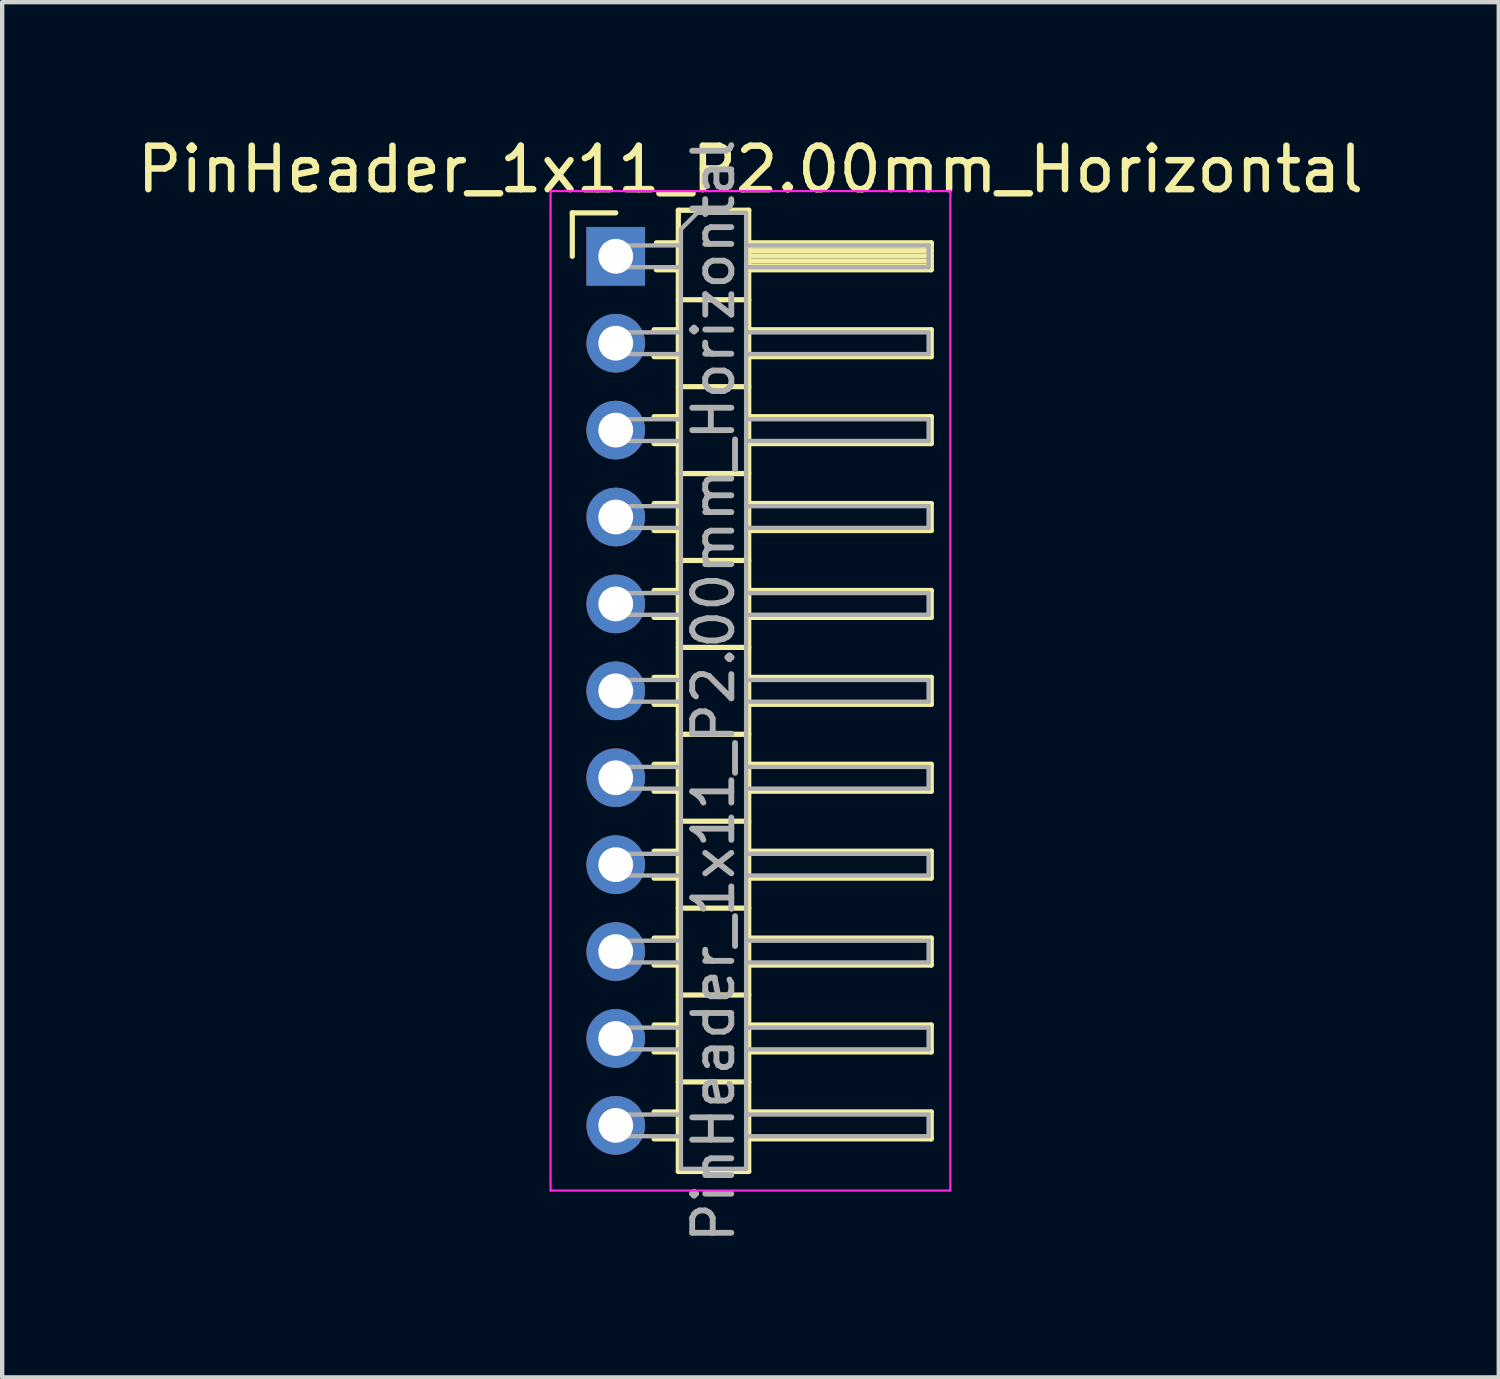
<source format=kicad_pcb>
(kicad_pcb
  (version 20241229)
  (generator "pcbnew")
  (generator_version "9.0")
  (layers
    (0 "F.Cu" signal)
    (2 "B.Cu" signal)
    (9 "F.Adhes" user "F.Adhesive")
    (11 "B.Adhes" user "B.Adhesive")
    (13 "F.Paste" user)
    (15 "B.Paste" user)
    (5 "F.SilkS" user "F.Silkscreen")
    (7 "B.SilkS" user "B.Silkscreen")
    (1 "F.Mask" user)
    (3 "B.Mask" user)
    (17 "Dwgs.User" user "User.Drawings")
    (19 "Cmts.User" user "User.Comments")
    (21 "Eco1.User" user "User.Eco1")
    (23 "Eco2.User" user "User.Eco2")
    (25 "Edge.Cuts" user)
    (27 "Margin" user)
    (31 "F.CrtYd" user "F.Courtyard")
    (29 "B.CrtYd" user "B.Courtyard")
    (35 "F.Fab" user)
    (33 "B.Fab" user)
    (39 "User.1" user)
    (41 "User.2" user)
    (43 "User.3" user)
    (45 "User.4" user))
  (footprint "PinHeader_1x11_P2.00mm_Horizontal"
    (layer "F.Cu")
    (at 11.12 2.848)
    (property "Reference" "PinHeader_1x11_P2.00mm_Horizontal" (at 3.1 -2 0) (layer "F.SilkS") (effects (font (size 1 1) (thickness 0.15))))
    (attr through_hole)
    (fp_line (start -1 -1) (end 0 -1) (stroke (width 0.12) (type solid)) (layer "F.SilkS"))
    (fp_line (start -1 0) (end -1 -1) (stroke (width 0.12) (type solid)) (layer "F.SilkS"))
    (fp_line (start 0.882 1.69) (end 1.44 1.69) (stroke (width 0.12) (type solid)) (layer "F.SilkS"))
    (fp_line (start 0.882 2.31) (end 1.44 2.31) (stroke (width 0.12) (type solid)) (layer "F.SilkS"))
    (fp_line (start 0.882 3.69) (end 1.44 3.69) (stroke (width 0.12) (type solid)) (layer "F.SilkS"))
    (fp_line (start 0.882 4.31) (end 1.44 4.31) (stroke (width 0.12) (type solid)) (layer "F.SilkS"))
    (fp_line (start 0.882 5.69) (end 1.44 5.69) (stroke (width 0.12) (type solid)) (layer "F.SilkS"))
    (fp_line (start 0.882 6.31) (end 1.44 6.31) (stroke (width 0.12) (type solid)) (layer "F.SilkS"))
    (fp_line (start 0.882 7.69) (end 1.44 7.69) (stroke (width 0.12) (type solid)) (layer "F.SilkS"))
    (fp_line (start 0.882 8.31) (end 1.44 8.31) (stroke (width 0.12) (type solid)) (layer "F.SilkS"))
    (fp_line (start 0.882 9.69) (end 1.44 9.69) (stroke (width 0.12) (type solid)) (layer "F.SilkS"))
    (fp_line (start 0.882 10.31) (end 1.44 10.31) (stroke (width 0.12) (type solid)) (layer "F.SilkS"))
    (fp_line (start 0.882 11.69) (end 1.44 11.69) (stroke (width 0.12) (type solid)) (layer "F.SilkS"))
    (fp_line (start 0.882 12.31) (end 1.44 12.31) (stroke (width 0.12) (type solid)) (layer "F.SilkS"))
    (fp_line (start 0.882 13.69) (end 1.44 13.69) (stroke (width 0.12) (type solid)) (layer "F.SilkS"))
    (fp_line (start 0.882 14.31) (end 1.44 14.31) (stroke (width 0.12) (type solid)) (layer "F.SilkS"))
    (fp_line (start 0.882 15.69) (end 1.44 15.69) (stroke (width 0.12) (type solid)) (layer "F.SilkS"))
    (fp_line (start 0.882 16.31) (end 1.44 16.31) (stroke (width 0.12) (type solid)) (layer "F.SilkS"))
    (fp_line (start 0.882 17.69) (end 1.44 17.69) (stroke (width 0.12) (type solid)) (layer "F.SilkS"))
    (fp_line (start 0.882 18.31) (end 1.44 18.31) (stroke (width 0.12) (type solid)) (layer "F.SilkS"))
    (fp_line (start 0.882 19.69) (end 1.44 19.69) (stroke (width 0.12) (type solid)) (layer "F.SilkS"))
    (fp_line (start 0.882 20.31) (end 1.44 20.31) (stroke (width 0.12) (type solid)) (layer "F.SilkS"))
    (fp_line (start 0.935 -0.31) (end 1.44 -0.31) (stroke (width 0.12) (type solid)) (layer "F.SilkS"))
    (fp_line (start 0.935 0.31) (end 1.44 0.31) (stroke (width 0.12) (type solid)) (layer "F.SilkS"))
    (fp_line (start 1.44 -1.06) (end 1.44 21.06) (stroke (width 0.12) (type solid)) (layer "F.SilkS"))
    (fp_line (start 1.44 1) (end 3.06 1) (stroke (width 0.12) (type solid)) (layer "F.SilkS"))
    (fp_line (start 1.44 3) (end 3.06 3) (stroke (width 0.12) (type solid)) (layer "F.SilkS"))
    (fp_line (start 1.44 5) (end 3.06 5) (stroke (width 0.12) (type solid)) (layer "F.SilkS"))
    (fp_line (start 1.44 7) (end 3.06 7) (stroke (width 0.12) (type solid)) (layer "F.SilkS"))
    (fp_line (start 1.44 9) (end 3.06 9) (stroke (width 0.12) (type solid)) (layer "F.SilkS"))
    (fp_line (start 1.44 11) (end 3.06 11) (stroke (width 0.12) (type solid)) (layer "F.SilkS"))
    (fp_line (start 1.44 13) (end 3.06 13) (stroke (width 0.12) (type solid)) (layer "F.SilkS"))
    (fp_line (start 1.44 15) (end 3.06 15) (stroke (width 0.12) (type solid)) (layer "F.SilkS"))
    (fp_line (start 1.44 17) (end 3.06 17) (stroke (width 0.12) (type solid)) (layer "F.SilkS"))
    (fp_line (start 1.44 19) (end 3.06 19) (stroke (width 0.12) (type solid)) (layer "F.SilkS"))
    (fp_line (start 1.44 21.06) (end 3.06 21.06) (stroke (width 0.12) (type solid)) (layer "F.SilkS"))
    (fp_line (start 3.06 -1.06) (end 1.44 -1.06) (stroke (width 0.12) (type solid)) (layer "F.SilkS"))
    (fp_line (start 3.06 -0.31) (end 7.26 -0.31) (stroke (width 0.12) (type solid)) (layer "F.SilkS"))
    (fp_line (start 3.06 -0.25) (end 7.26 -0.25) (stroke (width 0.12) (type solid)) (layer "F.SilkS"))
    (fp_line (start 3.06 -0.13) (end 7.26 -0.13) (stroke (width 0.12) (type solid)) (layer "F.SilkS"))
    (fp_line (start 3.06 -0.01) (end 7.26 -0.01) (stroke (width 0.12) (type solid)) (layer "F.SilkS"))
    (fp_line (start 3.06 0.11) (end 7.26 0.11) (stroke (width 0.12) (type solid)) (layer "F.SilkS"))
    (fp_line (start 3.06 0.23) (end 7.26 0.23) (stroke (width 0.12) (type solid)) (layer "F.SilkS"))
    (fp_line (start 3.06 1.69) (end 7.26 1.69) (stroke (width 0.12) (type solid)) (layer "F.SilkS"))
    (fp_line (start 3.06 3.69) (end 7.26 3.69) (stroke (width 0.12) (type solid)) (layer "F.SilkS"))
    (fp_line (start 3.06 5.69) (end 7.26 5.69) (stroke (width 0.12) (type solid)) (layer "F.SilkS"))
    (fp_line (start 3.06 7.69) (end 7.26 7.69) (stroke (width 0.12) (type solid)) (layer "F.SilkS"))
    (fp_line (start 3.06 9.69) (end 7.26 9.69) (stroke (width 0.12) (type solid)) (layer "F.SilkS"))
    (fp_line (start 3.06 11.69) (end 7.26 11.69) (stroke (width 0.12) (type solid)) (layer "F.SilkS"))
    (fp_line (start 3.06 13.69) (end 7.26 13.69) (stroke (width 0.12) (type solid)) (layer "F.SilkS"))
    (fp_line (start 3.06 15.69) (end 7.26 15.69) (stroke (width 0.12) (type solid)) (layer "F.SilkS"))
    (fp_line (start 3.06 17.69) (end 7.26 17.69) (stroke (width 0.12) (type solid)) (layer "F.SilkS"))
    (fp_line (start 3.06 19.69) (end 7.26 19.69) (stroke (width 0.12) (type solid)) (layer "F.SilkS"))
    (fp_line (start 3.06 21.06) (end 3.06 -1.06) (stroke (width 0.12) (type solid)) (layer "F.SilkS"))
    (fp_line (start 7.26 -0.31) (end 7.26 0.31) (stroke (width 0.12) (type solid)) (layer "F.SilkS"))
    (fp_line (start 7.26 0.31) (end 3.06 0.31) (stroke (width 0.12) (type solid)) (layer "F.SilkS"))
    (fp_line (start 7.26 1.69) (end 7.26 2.31) (stroke (width 0.12) (type solid)) (layer "F.SilkS"))
    (fp_line (start 7.26 2.31) (end 3.06 2.31) (stroke (width 0.12) (type solid)) (layer "F.SilkS"))
    (fp_line (start 7.26 3.69) (end 7.26 4.31) (stroke (width 0.12) (type solid)) (layer "F.SilkS"))
    (fp_line (start 7.26 4.31) (end 3.06 4.31) (stroke (width 0.12) (type solid)) (layer "F.SilkS"))
    (fp_line (start 7.26 5.69) (end 7.26 6.31) (stroke (width 0.12) (type solid)) (layer "F.SilkS"))
    (fp_line (start 7.26 6.31) (end 3.06 6.31) (stroke (width 0.12) (type solid)) (layer "F.SilkS"))
    (fp_line (start 7.26 7.69) (end 7.26 8.31) (stroke (width 0.12) (type solid)) (layer "F.SilkS"))
    (fp_line (start 7.26 8.31) (end 3.06 8.31) (stroke (width 0.12) (type solid)) (layer "F.SilkS"))
    (fp_line (start 7.26 9.69) (end 7.26 10.31) (stroke (width 0.12) (type solid)) (layer "F.SilkS"))
    (fp_line (start 7.26 10.31) (end 3.06 10.31) (stroke (width 0.12) (type solid)) (layer "F.SilkS"))
    (fp_line (start 7.26 11.69) (end 7.26 12.31) (stroke (width 0.12) (type solid)) (layer "F.SilkS"))
    (fp_line (start 7.26 12.31) (end 3.06 12.31) (stroke (width 0.12) (type solid)) (layer "F.SilkS"))
    (fp_line (start 7.26 13.69) (end 7.26 14.31) (stroke (width 0.12) (type solid)) (layer "F.SilkS"))
    (fp_line (start 7.26 14.31) (end 3.06 14.31) (stroke (width 0.12) (type solid)) (layer "F.SilkS"))
    (fp_line (start 7.26 15.69) (end 7.26 16.31) (stroke (width 0.12) (type solid)) (layer "F.SilkS"))
    (fp_line (start 7.26 16.31) (end 3.06 16.31) (stroke (width 0.12) (type solid)) (layer "F.SilkS"))
    (fp_line (start 7.26 17.69) (end 7.26 18.31) (stroke (width 0.12) (type solid)) (layer "F.SilkS"))
    (fp_line (start 7.26 18.31) (end 3.06 18.31) (stroke (width 0.12) (type solid)) (layer "F.SilkS"))
    (fp_line (start 7.26 19.69) (end 7.26 20.31) (stroke (width 0.12) (type solid)) (layer "F.SilkS"))
    (fp_line (start 7.26 20.31) (end 3.06 20.31) (stroke (width 0.12) (type solid)) (layer "F.SilkS"))
    (fp_line (start -1.5 -1.5) (end -1.5 21.5) (stroke (width 0.05) (type solid)) (layer "F.CrtYd"))
    (fp_line (start -1.5 21.5) (end 7.7 21.5) (stroke (width 0.05) (type solid)) (layer "F.CrtYd"))
    (fp_line (start 7.7 -1.5) (end -1.5 -1.5) (stroke (width 0.05) (type solid)) (layer "F.CrtYd"))
    (fp_line (start 7.7 21.5) (end 7.7 -1.5) (stroke (width 0.05) (type solid)) (layer "F.CrtYd"))
    (fp_line (start -0.25 -0.25) (end -0.25 0.25) (stroke (width 0.1) (type solid)) (layer "F.Fab"))
    (fp_line (start -0.25 -0.25) (end 1.5 -0.25) (stroke (width 0.1) (type solid)) (layer "F.Fab"))
    (fp_line (start -0.25 0.25) (end 1.5 0.25) (stroke (width 0.1) (type solid)) (layer "F.Fab"))
    (fp_line (start -0.25 1.75) (end -0.25 2.25) (stroke (width 0.1) (type solid)) (layer "F.Fab"))
    (fp_line (start -0.25 1.75) (end 1.5 1.75) (stroke (width 0.1) (type solid)) (layer "F.Fab"))
    (fp_line (start -0.25 2.25) (end 1.5 2.25) (stroke (width 0.1) (type solid)) (layer "F.Fab"))
    (fp_line (start -0.25 3.75) (end -0.25 4.25) (stroke (width 0.1) (type solid)) (layer "F.Fab"))
    (fp_line (start -0.25 3.75) (end 1.5 3.75) (stroke (width 0.1) (type solid)) (layer "F.Fab"))
    (fp_line (start -0.25 4.25) (end 1.5 4.25) (stroke (width 0.1) (type solid)) (layer "F.Fab"))
    (fp_line (start -0.25 5.75) (end -0.25 6.25) (stroke (width 0.1) (type solid)) (layer "F.Fab"))
    (fp_line (start -0.25 5.75) (end 1.5 5.75) (stroke (width 0.1) (type solid)) (layer "F.Fab"))
    (fp_line (start -0.25 6.25) (end 1.5 6.25) (stroke (width 0.1) (type solid)) (layer "F.Fab"))
    (fp_line (start -0.25 7.75) (end -0.25 8.25) (stroke (width 0.1) (type solid)) (layer "F.Fab"))
    (fp_line (start -0.25 7.75) (end 1.5 7.75) (stroke (width 0.1) (type solid)) (layer "F.Fab"))
    (fp_line (start -0.25 8.25) (end 1.5 8.25) (stroke (width 0.1) (type solid)) (layer "F.Fab"))
    (fp_line (start -0.25 9.75) (end -0.25 10.25) (stroke (width 0.1) (type solid)) (layer "F.Fab"))
    (fp_line (start -0.25 9.75) (end 1.5 9.75) (stroke (width 0.1) (type solid)) (layer "F.Fab"))
    (fp_line (start -0.25 10.25) (end 1.5 10.25) (stroke (width 0.1) (type solid)) (layer "F.Fab"))
    (fp_line (start -0.25 11.75) (end -0.25 12.25) (stroke (width 0.1) (type solid)) (layer "F.Fab"))
    (fp_line (start -0.25 11.75) (end 1.5 11.75) (stroke (width 0.1) (type solid)) (layer "F.Fab"))
    (fp_line (start -0.25 12.25) (end 1.5 12.25) (stroke (width 0.1) (type solid)) (layer "F.Fab"))
    (fp_line (start -0.25 13.75) (end -0.25 14.25) (stroke (width 0.1) (type solid)) (layer "F.Fab"))
    (fp_line (start -0.25 13.75) (end 1.5 13.75) (stroke (width 0.1) (type solid)) (layer "F.Fab"))
    (fp_line (start -0.25 14.25) (end 1.5 14.25) (stroke (width 0.1) (type solid)) (layer "F.Fab"))
    (fp_line (start -0.25 15.75) (end -0.25 16.25) (stroke (width 0.1) (type solid)) (layer "F.Fab"))
    (fp_line (start -0.25 15.75) (end 1.5 15.75) (stroke (width 0.1) (type solid)) (layer "F.Fab"))
    (fp_line (start -0.25 16.25) (end 1.5 16.25) (stroke (width 0.1) (type solid)) (layer "F.Fab"))
    (fp_line (start -0.25 17.75) (end -0.25 18.25) (stroke (width 0.1) (type solid)) (layer "F.Fab"))
    (fp_line (start -0.25 17.75) (end 1.5 17.75) (stroke (width 0.1) (type solid)) (layer "F.Fab"))
    (fp_line (start -0.25 18.25) (end 1.5 18.25) (stroke (width 0.1) (type solid)) (layer "F.Fab"))
    (fp_line (start -0.25 19.75) (end -0.25 20.25) (stroke (width 0.1) (type solid)) (layer "F.Fab"))
    (fp_line (start -0.25 19.75) (end 1.5 19.75) (stroke (width 0.1) (type solid)) (layer "F.Fab"))
    (fp_line (start -0.25 20.25) (end 1.5 20.25) (stroke (width 0.1) (type solid)) (layer "F.Fab"))
    (fp_line (start 1.5 -0.625) (end 1.875 -1) (stroke (width 0.1) (type solid)) (layer "F.Fab"))
    (fp_line (start 1.5 21) (end 1.5 -0.625) (stroke (width 0.1) (type solid)) (layer "F.Fab"))
    (fp_line (start 1.875 -1) (end 3 -1) (stroke (width 0.1) (type solid)) (layer "F.Fab"))
    (fp_line (start 3 -1) (end 3 21) (stroke (width 0.1) (type solid)) (layer "F.Fab"))
    (fp_line (start 3 -0.25) (end 7.2 -0.25) (stroke (width 0.1) (type solid)) (layer "F.Fab"))
    (fp_line (start 3 0.25) (end 7.2 0.25) (stroke (width 0.1) (type solid)) (layer "F.Fab"))
    (fp_line (start 3 1.75) (end 7.2 1.75) (stroke (width 0.1) (type solid)) (layer "F.Fab"))
    (fp_line (start 3 2.25) (end 7.2 2.25) (stroke (width 0.1) (type solid)) (layer "F.Fab"))
    (fp_line (start 3 3.75) (end 7.2 3.75) (stroke (width 0.1) (type solid)) (layer "F.Fab"))
    (fp_line (start 3 4.25) (end 7.2 4.25) (stroke (width 0.1) (type solid)) (layer "F.Fab"))
    (fp_line (start 3 5.75) (end 7.2 5.75) (stroke (width 0.1) (type solid)) (layer "F.Fab"))
    (fp_line (start 3 6.25) (end 7.2 6.25) (stroke (width 0.1) (type solid)) (layer "F.Fab"))
    (fp_line (start 3 7.75) (end 7.2 7.75) (stroke (width 0.1) (type solid)) (layer "F.Fab"))
    (fp_line (start 3 8.25) (end 7.2 8.25) (stroke (width 0.1) (type solid)) (layer "F.Fab"))
    (fp_line (start 3 9.75) (end 7.2 9.75) (stroke (width 0.1) (type solid)) (layer "F.Fab"))
    (fp_line (start 3 10.25) (end 7.2 10.25) (stroke (width 0.1) (type solid)) (layer "F.Fab"))
    (fp_line (start 3 11.75) (end 7.2 11.75) (stroke (width 0.1) (type solid)) (layer "F.Fab"))
    (fp_line (start 3 12.25) (end 7.2 12.25) (stroke (width 0.1) (type solid)) (layer "F.Fab"))
    (fp_line (start 3 13.75) (end 7.2 13.75) (stroke (width 0.1) (type solid)) (layer "F.Fab"))
    (fp_line (start 3 14.25) (end 7.2 14.25) (stroke (width 0.1) (type solid)) (layer "F.Fab"))
    (fp_line (start 3 15.75) (end 7.2 15.75) (stroke (width 0.1) (type solid)) (layer "F.Fab"))
    (fp_line (start 3 16.25) (end 7.2 16.25) (stroke (width 0.1) (type solid)) (layer "F.Fab"))
    (fp_line (start 3 17.75) (end 7.2 17.75) (stroke (width 0.1) (type solid)) (layer "F.Fab"))
    (fp_line (start 3 18.25) (end 7.2 18.25) (stroke (width 0.1) (type solid)) (layer "F.Fab"))
    (fp_line (start 3 19.75) (end 7.2 19.75) (stroke (width 0.1) (type solid)) (layer "F.Fab"))
    (fp_line (start 3 20.25) (end 7.2 20.25) (stroke (width 0.1) (type solid)) (layer "F.Fab"))
    (fp_line (start 3 21) (end 1.5 21) (stroke (width 0.1) (type solid)) (layer "F.Fab"))
    (fp_line (start 7.2 -0.25) (end 7.2 0.25) (stroke (width 0.1) (type solid)) (layer "F.Fab"))
    (fp_line (start 7.2 1.75) (end 7.2 2.25) (stroke (width 0.1) (type solid)) (layer "F.Fab"))
    (fp_line (start 7.2 3.75) (end 7.2 4.25) (stroke (width 0.1) (type solid)) (layer "F.Fab"))
    (fp_line (start 7.2 5.75) (end 7.2 6.25) (stroke (width 0.1) (type solid)) (layer "F.Fab"))
    (fp_line (start 7.2 7.75) (end 7.2 8.25) (stroke (width 0.1) (type solid)) (layer "F.Fab"))
    (fp_line (start 7.2 9.75) (end 7.2 10.25) (stroke (width 0.1) (type solid)) (layer "F.Fab"))
    (fp_line (start 7.2 11.75) (end 7.2 12.25) (stroke (width 0.1) (type solid)) (layer "F.Fab"))
    (fp_line (start 7.2 13.75) (end 7.2 14.25) (stroke (width 0.1) (type solid)) (layer "F.Fab"))
    (fp_line (start 7.2 15.75) (end 7.2 16.25) (stroke (width 0.1) (type solid)) (layer "F.Fab"))
    (fp_line (start 7.2 17.75) (end 7.2 18.25) (stroke (width 0.1) (type solid)) (layer "F.Fab"))
    (fp_line (start 7.2 19.75) (end 7.2 20.25) (stroke (width 0.1) (type solid)) (layer "F.Fab"))
    (fp_text user "${REFERENCE}" (at 2.25 10 90) (layer "F.Fab") (effects (font (size 0.9 0.9) (thickness 0.135))))
    (pad "1" thru_hole rect (at 0 0) (size 1.35 1.35) (drill 0.8) (layers "*.Cu" "*.Mask"))
    (pad "2" thru_hole oval (at 0 2) (size 1.35 1.35) (drill 0.8) (layers "*.Cu" "*.Mask"))
    (pad "3" thru_hole oval (at 0 4) (size 1.35 1.35) (drill 0.8) (layers "*.Cu" "*.Mask"))
    (pad "4" thru_hole oval (at 0 6) (size 1.35 1.35) (drill 0.8) (layers "*.Cu" "*.Mask"))
    (pad "5" thru_hole oval (at 0 8) (size 1.35 1.35) (drill 0.8) (layers "*.Cu" "*.Mask"))
    (pad "6" thru_hole oval (at 0 10) (size 1.35 1.35) (drill 0.8) (layers "*.Cu" "*.Mask"))
    (pad "7" thru_hole oval (at 0 12) (size 1.35 1.35) (drill 0.8) (layers "*.Cu" "*.Mask"))
    (pad "8" thru_hole oval (at 0 14) (size 1.35 1.35) (drill 0.8) (layers "*.Cu" "*.Mask"))
    (pad "9" thru_hole oval (at 0 16) (size 1.35 1.35) (drill 0.8) (layers "*.Cu" "*.Mask"))
    (pad "10" thru_hole oval (at 0 18) (size 1.35 1.35) (drill 0.8) (layers "*.Cu" "*.Mask"))
    (pad "11" thru_hole oval (at 0 20) (size 1.35 1.35) (drill 0.8) (layers "*.Cu" "*.Mask")))
  (gr_rect
    (start -3 -3)
    (end 31.44 28.646)
    (stroke (width 0.1) (type default))
    (fill no)
    (layer "Edge.Cuts")))
</source>
